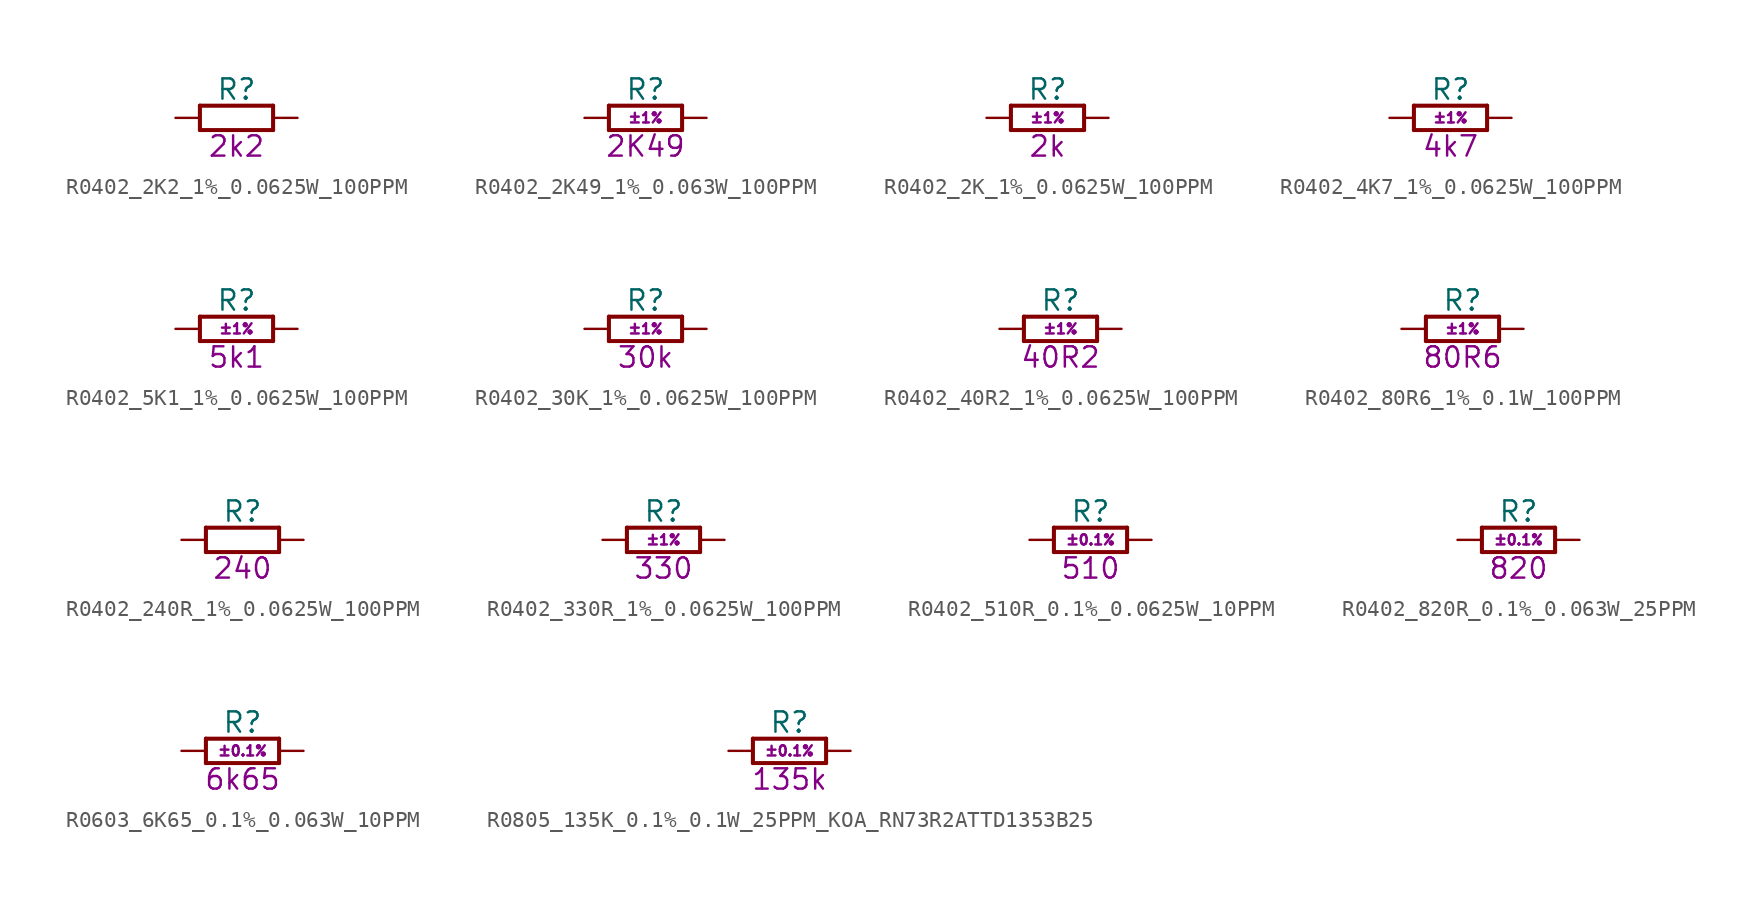
<source format=kicad_sym>
(kicad_symbol_lib
  (version 20241209)
  (generator "kicad_symbol_editor")
  (generator_version "9.0")
  (symbol "R0402_2K2_1%_0.0625W_100PPM"
    (pin_names
      (offset 1.27))
    (property "Reference" "R"
      (at 3.81 1.778 0)
      (effects (font (size 1.27 1.27))))
    (property "Field5" ""
      (at 0 0 0)
      (effects (font (size 1.27 1.27))))
    (property "Val" "2k2"
      (at 3.81 -1.778 0)
      (effects (font (size 1.27 1.27))))
    (property "ki_locked" ""
      (at 0 0 0)
      (effects (font (size 1.27 1.27))))
    (symbol "R0402_2K2_1%_0.0625W_100PPM_0_1"
      (polyline (pts (xy 1.524 0.762) (xy 1.524 -0.762)) (stroke (width 0.254) (type default)) (fill (type none)))
      (polyline (pts (xy 1.524 -0.762) (xy 6.096 -0.762)) (stroke (width 0.254) (type default)) (fill (type none)))
      (polyline (pts (xy 6.096 0.762) (xy 1.524 0.762)) (stroke (width 0.254) (type default)) (fill (type none)))
      (polyline (pts (xy 6.096 -0.762) (xy 6.096 0.762)) (stroke (width 0.254) (type default)) (fill (type none)))
      (pin passive line (at 0 0 0) (length 1.524) (name "1" (effects (font (size 0 0)))) (number "1" (effects (font (size 0 0)))))
      (pin passive line (at 7.62 0 180) (length 1.524) (name "2" (effects (font (size 0 0)))) (number "2" (effects (font (size 0 0)))))))
  (symbol "R0402_2K49_1%_0.063W_100PPM"
    (pin_names
      (offset 1.27))
    (property "Reference" "R"
      (at 3.81 1.778 0)
      (effects (font (size 1.27 1.27))))
    (property "Tolerance" "±1%"
      (at 3.81 0 0)
      (effects (font (size 0.635 0.635))))
    (property "Val" "2K49"
      (at 3.81 -1.778 0)
      (effects (font (size 1.27 1.27))))
    (property "ki_locked" ""
      (at 0 0 0)
      (effects (font (size 1.27 1.27))))
    (symbol "R0402_2K49_1%_0.063W_100PPM_0_1"
      (polyline (pts (xy 1.524 0.762) (xy 1.524 -0.762)) (stroke (width 0.254) (type solid)) (fill (type none)))
      (polyline (pts (xy 1.524 -0.762) (xy 6.096 -0.762)) (stroke (width 0.254) (type solid)) (fill (type none)))
      (polyline (pts (xy 6.096 0.762) (xy 1.524 0.762)) (stroke (width 0.254) (type solid)) (fill (type none)))
      (polyline (pts (xy 6.096 -0.762) (xy 6.096 0.762)) (stroke (width 0.254) (type solid)) (fill (type none)))
      (pin passive line (at 0 0 0) (length 1.524) (name "1" (effects (font (size 0 0)))) (number "1" (effects (font (size 0 0)))))
      (pin passive line (at 7.62 0 180) (length 1.524) (name "2" (effects (font (size 0 0)))) (number "2" (effects (font (size 0 0)))))))
  (symbol "R0402_2K_1%_0.0625W_100PPM"
    (pin_names
      (offset 1.27))
    (property "Reference" "R"
      (at 3.81 1.778 0)
      (effects (font (size 1.27 1.27))))
    (property "Tolerance" "±1%"
      (at 3.81 0 0)
      (effects (font (size 0.635 0.635))))
    (property "Val" "2k"
      (at 3.81 -1.778 0)
      (effects (font (size 1.27 1.27))))
    (property "ki_locked" ""
      (at 0 0 0)
      (effects (font (size 1.27 1.27))))
    (symbol "R0402_2K_1%_0.0625W_100PPM_0_1"
      (polyline (pts (xy 1.524 0.762) (xy 1.524 -0.762)) (stroke (width 0.254) (type solid)) (fill (type none)))
      (polyline (pts (xy 1.524 -0.762) (xy 6.096 -0.762)) (stroke (width 0.254) (type solid)) (fill (type none)))
      (polyline (pts (xy 6.096 0.762) (xy 1.524 0.762)) (stroke (width 0.254) (type solid)) (fill (type none)))
      (polyline (pts (xy 6.096 -0.762) (xy 6.096 0.762)) (stroke (width 0.254) (type solid)) (fill (type none)))
      (pin passive line (at 0 0 0) (length 1.524) (name "1" (effects (font (size 0 0)))) (number "1" (effects (font (size 0 0)))))
      (pin passive line (at 7.62 0 180) (length 1.524) (name "2" (effects (font (size 0 0)))) (number "2" (effects (font (size 0 0)))))))
  (symbol "R0402_4K7_1%_0.0625W_100PPM"
    (pin_names
      (offset 1.27))
    (property "Reference" "R"
      (at 3.81 1.778 0)
      (effects (font (size 1.27 1.27))))
    (property "Tolerance" "±1%"
      (at 3.81 0 0)
      (effects (font (size 0.635 0.635))))
    (property "Val" "4k7"
      (at 3.81 -1.778 0)
      (effects (font (size 1.27 1.27))))
    (property "ki_locked" ""
      (at 0 0 0)
      (effects (font (size 1.27 1.27))))
    (symbol "R0402_4K7_1%_0.0625W_100PPM_0_1"
      (polyline (pts (xy 1.524 0.762) (xy 1.524 -0.762)) (stroke (width 0.254) (type solid)) (fill (type none)))
      (polyline (pts (xy 1.524 -0.762) (xy 6.096 -0.762)) (stroke (width 0.254) (type solid)) (fill (type none)))
      (polyline (pts (xy 6.096 0.762) (xy 1.524 0.762)) (stroke (width 0.254) (type solid)) (fill (type none)))
      (polyline (pts (xy 6.096 -0.762) (xy 6.096 0.762)) (stroke (width 0.254) (type solid)) (fill (type none)))
      (pin passive line (at 0 0 0) (length 1.524) (name "1" (effects (font (size 0 0)))) (number "1" (effects (font (size 0 0)))))
      (pin passive line (at 7.62 0 180) (length 1.524) (name "2" (effects (font (size 0 0)))) (number "2" (effects (font (size 0 0)))))))
  (symbol "R0402_5K1_1%_0.0625W_100PPM"
    (pin_names
      (offset 1.27))
    (property "Reference" "R"
      (at 3.81 1.778 0)
      (effects (font (size 1.27 1.27))))
    (property "Tolerance" "±1%"
      (at 3.81 0 0)
      (effects (font (size 0.635 0.635))))
    (property "Val" "5k1"
      (at 3.81 -1.778 0)
      (effects (font (size 1.27 1.27))))
    (property "ki_locked" ""
      (at 0 0 0)
      (effects (font (size 1.27 1.27))))
    (symbol "R0402_5K1_1%_0.0625W_100PPM_0_1"
      (polyline (pts (xy 1.524 0.762) (xy 1.524 -0.762)) (stroke (width 0.254) (type solid)) (fill (type none)))
      (polyline (pts (xy 1.524 -0.762) (xy 6.096 -0.762)) (stroke (width 0.254) (type solid)) (fill (type none)))
      (polyline (pts (xy 6.096 0.762) (xy 1.524 0.762)) (stroke (width 0.254) (type solid)) (fill (type none)))
      (polyline (pts (xy 6.096 -0.762) (xy 6.096 0.762)) (stroke (width 0.254) (type solid)) (fill (type none)))
      (pin passive line (at 0 0 0) (length 1.524) (name "1" (effects (font (size 0 0)))) (number "1" (effects (font (size 0 0)))))
      (pin passive line (at 7.62 0 180) (length 1.524) (name "2" (effects (font (size 0 0)))) (number "2" (effects (font (size 0 0)))))))
  (symbol "R0402_30K_1%_0.0625W_100PPM"
    (pin_names
      (offset 1.27))
    (property "Reference" "R"
      (at 3.81 1.778 0)
      (effects (font (size 1.27 1.27))))
    (property "Tolerance" "±1%"
      (at 3.81 0 0)
      (effects (font (size 0.635 0.635))))
    (property "Val" "30k"
      (at 3.81 -1.778 0)
      (effects (font (size 1.27 1.27))))
    (property "ki_locked" ""
      (at 0 0 0)
      (effects (font (size 1.27 1.27))))
    (symbol "R0402_30K_1%_0.0625W_100PPM_0_1"
      (polyline (pts (xy 1.524 0.762) (xy 1.524 -0.762)) (stroke (width 0.254) (type solid)) (fill (type none)))
      (polyline (pts (xy 1.524 -0.762) (xy 6.096 -0.762)) (stroke (width 0.254) (type solid)) (fill (type none)))
      (polyline (pts (xy 6.096 0.762) (xy 1.524 0.762)) (stroke (width 0.254) (type solid)) (fill (type none)))
      (polyline (pts (xy 6.096 -0.762) (xy 6.096 0.762)) (stroke (width 0.254) (type solid)) (fill (type none)))
      (pin passive line (at 0 0 0) (length 1.524) (name "1" (effects (font (size 0 0)))) (number "1" (effects (font (size 0 0)))))
      (pin passive line (at 7.62 0 180) (length 1.524) (name "2" (effects (font (size 0 0)))) (number "2" (effects (font (size 0 0)))))))
  (symbol "R0402_40R2_1%_0.0625W_100PPM"
    (pin_names
      (offset 1.27))
    (property "Reference" "R"
      (at 3.81 1.778 0)
      (effects (font (size 1.27 1.27))))
    (property "Tolerance" "±1%"
      (at 3.81 0 0)
      (effects (font (size 0.635 0.635))))
    (property "Val" "40R2"
      (at 3.81 -1.778 0)
      (effects (font (size 1.27 1.27))))
    (property "ki_locked" ""
      (at 0 0 0)
      (effects (font (size 1.27 1.27))))
    (symbol "R0402_40R2_1%_0.0625W_100PPM_0_1"
      (polyline (pts (xy 1.524 0.762) (xy 1.524 -0.762)) (stroke (width 0.254) (type solid)) (fill (type none)))
      (polyline (pts (xy 1.524 -0.762) (xy 6.096 -0.762)) (stroke (width 0.254) (type solid)) (fill (type none)))
      (polyline (pts (xy 6.096 0.762) (xy 1.524 0.762)) (stroke (width 0.254) (type solid)) (fill (type none)))
      (polyline (pts (xy 6.096 -0.762) (xy 6.096 0.762)) (stroke (width 0.254) (type solid)) (fill (type none)))
      (pin passive line (at 0 0 0) (length 1.524) (name "1" (effects (font (size 0 0)))) (number "1" (effects (font (size 0 0)))))
      (pin passive line (at 7.62 0 180) (length 1.524) (name "2" (effects (font (size 0 0)))) (number "2" (effects (font (size 0 0)))))))
  (symbol "R0402_80R6_1%_0.1W_100PPM"
    (pin_names
      (offset 1.27))
    (property "Reference" "R"
      (at 3.81 1.778 0)
      (effects (font (size 1.27 1.27))))
    (property "Tolerance" "±1%"
      (at 3.81 0 0)
      (effects (font (size 0.635 0.635))))
    (property "Val" "80R6"
      (at 3.81 -1.778 0)
      (effects (font (size 1.27 1.27))))
    (property "ki_locked" ""
      (at 0 0 0)
      (effects (font (size 1.27 1.27))))
    (symbol "R0402_80R6_1%_0.1W_100PPM_0_1"
      (polyline (pts (xy 1.524 0.762) (xy 1.524 -0.762)) (stroke (width 0.254) (type solid)) (fill (type none)))
      (polyline (pts (xy 1.524 -0.762) (xy 6.096 -0.762)) (stroke (width 0.254) (type solid)) (fill (type none)))
      (polyline (pts (xy 6.096 0.762) (xy 1.524 0.762)) (stroke (width 0.254) (type solid)) (fill (type none)))
      (polyline (pts (xy 6.096 -0.762) (xy 6.096 0.762)) (stroke (width 0.254) (type solid)) (fill (type none)))
      (pin passive line (at 0 0 0) (length 1.524) (name "1" (effects (font (size 0 0)))) (number "1" (effects (font (size 0 0)))))
      (pin passive line (at 7.62 0 180) (length 1.524) (name "2" (effects (font (size 0 0)))) (number "2" (effects (font (size 0 0)))))))
  (symbol "R0402_240R_1%_0.0625W_100PPM"
    (pin_names
      (offset 1.27))
    (property "Reference" "R"
      (at 3.81 1.778 0)
      (effects (font (size 1.27 1.27))))
    (property "Field5" ""
      (at 0 0 0)
      (effects (font (size 1.27 1.27))))
    (property "Val" "240"
      (at 3.81 -1.778 0)
      (effects (font (size 1.27 1.27))))
    (property "ki_locked" ""
      (at 0 0 0)
      (effects (font (size 1.27 1.27))))
    (symbol "R0402_240R_1%_0.0625W_100PPM_0_1"
      (polyline (pts (xy 1.524 0.762) (xy 1.524 -0.762)) (stroke (width 0.254) (type default)) (fill (type none)))
      (polyline (pts (xy 1.524 -0.762) (xy 6.096 -0.762)) (stroke (width 0.254) (type default)) (fill (type none)))
      (polyline (pts (xy 6.096 0.762) (xy 1.524 0.762)) (stroke (width 0.254) (type default)) (fill (type none)))
      (polyline (pts (xy 6.096 -0.762) (xy 6.096 0.762)) (stroke (width 0.254) (type default)) (fill (type none)))
      (pin passive line (at 0 0 0) (length 1.524) (name "1" (effects (font (size 0 0)))) (number "1" (effects (font (size 0 0)))))
      (pin passive line (at 7.62 0 180) (length 1.524) (name "2" (effects (font (size 0 0)))) (number "2" (effects (font (size 0 0)))))))
  (symbol "R0402_330R_1%_0.0625W_100PPM"
    (pin_names
      (offset 1.27))
    (property "Reference" "R"
      (at 3.81 1.778 0)
      (effects (font (size 1.27 1.27))))
    (property "Tolerance" "±1%"
      (at 3.81 0 0)
      (effects (font (size 0.635 0.635))))
    (property "Val" "330"
      (at 3.81 -1.778 0)
      (effects (font (size 1.27 1.27))))
    (property "ki_locked" ""
      (at 0 0 0)
      (effects (font (size 1.27 1.27))))
    (symbol "R0402_330R_1%_0.0625W_100PPM_0_1"
      (polyline (pts (xy 1.524 0.762) (xy 1.524 -0.762)) (stroke (width 0.254) (type solid)) (fill (type none)))
      (polyline (pts (xy 1.524 -0.762) (xy 6.096 -0.762)) (stroke (width 0.254) (type solid)) (fill (type none)))
      (polyline (pts (xy 6.096 0.762) (xy 1.524 0.762)) (stroke (width 0.254) (type solid)) (fill (type none)))
      (polyline (pts (xy 6.096 -0.762) (xy 6.096 0.762)) (stroke (width 0.254) (type solid)) (fill (type none)))
      (pin passive line (at 0 0 0) (length 1.524) (name "1" (effects (font (size 0 0)))) (number "1" (effects (font (size 0 0)))))
      (pin passive line (at 7.62 0 180) (length 1.524) (name "2" (effects (font (size 0 0)))) (number "2" (effects (font (size 0 0)))))))
  (symbol "R0402_510R_0.1%_0.0625W_10PPM"
    (pin_names
      (offset 1.27))
    (property "Reference" "R"
      (at 3.81 1.778 0)
      (effects (font (size 1.27 1.27))))
    (property "Tolerance" "±0.1%"
      (at 3.81 0 0)
      (effects (font (size 0.635 0.635))))
    (property "Val" "510"
      (at 3.81 -1.778 0)
      (effects (font (size 1.27 1.27))))
    (property "ki_locked" ""
      (at 0 0 0)
      (effects (font (size 1.27 1.27))))
    (symbol "R0402_510R_0.1%_0.0625W_10PPM_0_1"
      (polyline (pts (xy 1.524 0.762) (xy 1.524 -0.762)) (stroke (width 0.254) (type solid)) (fill (type none)))
      (polyline (pts (xy 1.524 -0.762) (xy 6.096 -0.762)) (stroke (width 0.254) (type solid)) (fill (type none)))
      (polyline (pts (xy 6.096 0.762) (xy 1.524 0.762)) (stroke (width 0.254) (type solid)) (fill (type none)))
      (polyline (pts (xy 6.096 -0.762) (xy 6.096 0.762)) (stroke (width 0.254) (type solid)) (fill (type none)))
      (pin passive line (at 0 0 0) (length 1.524) (name "1" (effects (font (size 0 0)))) (number "1" (effects (font (size 0 0)))))
      (pin passive line (at 7.62 0 180) (length 1.524) (name "2" (effects (font (size 0 0)))) (number "2" (effects (font (size 0 0)))))))
  (symbol "R0402_820R_0.1%_0.063W_25PPM"
    (pin_names
      (offset 1.27))
    (property "Reference" "R"
      (at 3.81 1.778 0)
      (effects (font (size 1.27 1.27))))
    (property "Tolerance" "±0.1%"
      (at 3.81 0 0)
      (effects (font (size 0.635 0.635))))
    (property "Val" "820"
      (at 3.81 -1.778 0)
      (effects (font (size 1.27 1.27))))
    (property "ki_locked" ""
      (at 0 0 0)
      (effects (font (size 1.27 1.27))))
    (symbol "R0402_820R_0.1%_0.063W_25PPM_0_1"
      (polyline (pts (xy 1.524 0.762) (xy 1.524 -0.762)) (stroke (width 0.254) (type solid)) (fill (type none)))
      (polyline (pts (xy 1.524 -0.762) (xy 6.096 -0.762)) (stroke (width 0.254) (type solid)) (fill (type none)))
      (polyline (pts (xy 6.096 0.762) (xy 1.524 0.762)) (stroke (width 0.254) (type solid)) (fill (type none)))
      (polyline (pts (xy 6.096 -0.762) (xy 6.096 0.762)) (stroke (width 0.254) (type solid)) (fill (type none)))
      (pin passive line (at 0 0 0) (length 1.524) (name "1" (effects (font (size 0 0)))) (number "1" (effects (font (size 0 0)))))
      (pin passive line (at 7.62 0 180) (length 1.524) (name "2" (effects (font (size 0 0)))) (number "2" (effects (font (size 0 0)))))))
  (symbol "R0603_6K65_0.1%_0.063W_10PPM"
    (pin_names
      (offset 1.27))
    (property "Reference" "R"
      (at 3.81 1.778 0)
      (effects (font (size 1.27 1.27))))
    (property "Tolerance" "±0.1%"
      (at 3.81 0 0)
      (effects (font (size 0.635 0.635))))
    (property "Val" "6k65"
      (at 3.81 -1.778 0)
      (effects (font (size 1.27 1.27))))
    (property "ki_locked" ""
      (at 0 0 0)
      (effects (font (size 1.27 1.27))))
    (symbol "R0603_6K65_0.1%_0.063W_10PPM_0_1"
      (polyline (pts (xy 1.524 0.762) (xy 1.524 -0.762)) (stroke (width 0.254) (type solid)) (fill (type none)))
      (polyline (pts (xy 1.524 -0.762) (xy 6.096 -0.762)) (stroke (width 0.254) (type solid)) (fill (type none)))
      (polyline (pts (xy 6.096 0.762) (xy 1.524 0.762)) (stroke (width 0.254) (type solid)) (fill (type none)))
      (polyline (pts (xy 6.096 -0.762) (xy 6.096 0.762)) (stroke (width 0.254) (type solid)) (fill (type none)))
      (pin passive line (at 0 0 0) (length 1.524) (name "1" (effects (font (size 0 0)))) (number "1" (effects (font (size 0 0)))))
      (pin passive line (at 7.62 0 180) (length 1.524) (name "2" (effects (font (size 0 0)))) (number "2" (effects (font (size 0 0)))))))
  (symbol "R0805_135K_0.1%_0.1W_25PPM_KOA_RN73R2ATTD1353B25"
    (pin_names
      (offset 1.27))
    (property "Reference" "R"
      (at 3.81 1.778 0)
      (effects (font (size 1.27 1.27))))
    (property "Tolerance" "±0.1%"
      (at 3.81 0 0)
      (effects (font (size 0.635 0.635))))
    (property "Val" "135k"
      (at 3.81 -1.778 0)
      (effects (font (size 1.27 1.27))))
    (property "ki_locked" ""
      (at 0 0 0)
      (effects (font (size 1.27 1.27))))
    (symbol "R0805_135K_0.1%_0.1W_25PPM_KOA_RN73R2ATTD1353B25_0_1"
      (polyline (pts (xy 1.524 0.762) (xy 1.524 -0.762)) (stroke (width 0.254) (type solid)) (fill (type none)))
      (polyline (pts (xy 1.524 -0.762) (xy 6.096 -0.762)) (stroke (width 0.254) (type solid)) (fill (type none)))
      (polyline (pts (xy 6.096 0.762) (xy 1.524 0.762)) (stroke (width 0.254) (type solid)) (fill (type none)))
      (polyline (pts (xy 6.096 -0.762) (xy 6.096 0.762)) (stroke (width 0.254) (type solid)) (fill (type none)))
      (pin passive line (at 0 0 0) (length 1.524) (name "1" (effects (font (size 0 0)))) (number "1" (effects (font (size 0 0)))))
      (pin passive line (at 7.62 0 180) (length 1.524) (name "2" (effects (font (size 0 0)))) (number "2" (effects (font (size 0 0))))))))
</source>
